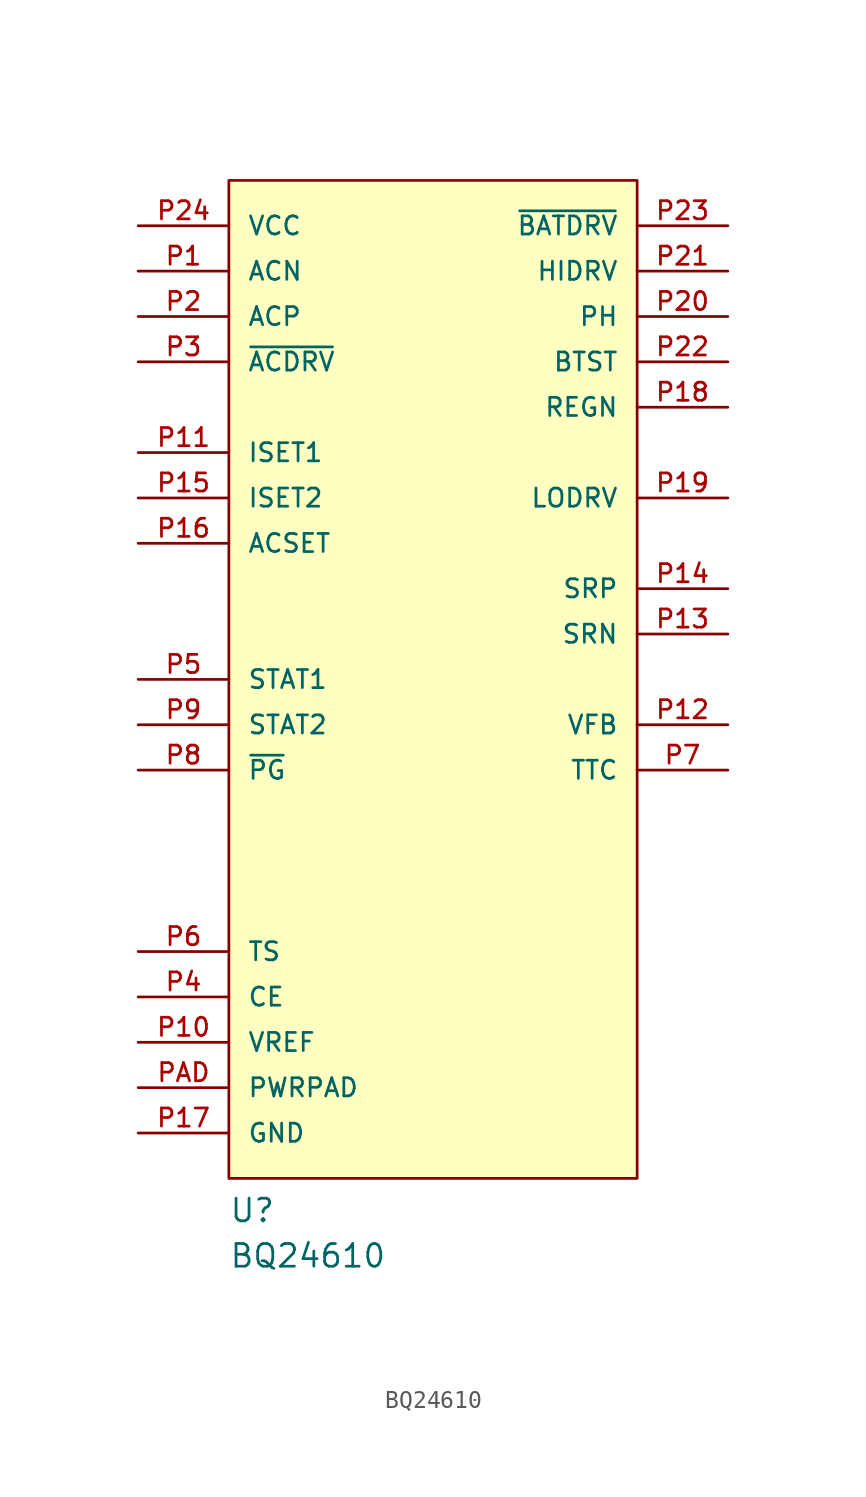
<source format=kicad_sym>
(kicad_symbol_lib
  (version 20211014)
  (generator kicad_symbol_editor)
  (symbol "BQ24610"
    (pin_names
      (offset 1.016))
    (property "Reference" "U"
      (at -12.7 -30.48 0)
      (effects (font (size 1.27 1.27)) (justify bottom left)))
    (property "Value" "BQ24610"
      (at -12.7 -33.02 0)
      (effects (font (size 1.27 1.27)) (justify bottom left)))
    (symbol "BQ24610_0_0"
      (rectangle (start -12.7 -27.94) (end 10.16 27.94) (stroke (width 0.0)) (fill (type background)))
      (pin bidirectional line (at -17.78 -22.86 0) (length 5.08) (name "PWRPAD" (effects (font (size 1.016 1.016)))) (number "PAD" (effects (font (size 1.016 1.016)))))
      (pin bidirectional line (at -17.78 -20.32 0) (length 5.08) (name "VREF" (effects (font (size 1.016 1.016)))) (number "P10" (effects (font (size 1.016 1.016)))))
      (pin bidirectional line (at -17.78 -17.78 0) (length 5.08) (name "CE" (effects (font (size 1.016 1.016)))) (number "P4" (effects (font (size 1.016 1.016)))))
      (pin bidirectional line (at -17.78 -15.24 0) (length 5.08) (name "TS" (effects (font (size 1.016 1.016)))) (number "P6" (effects (font (size 1.016 1.016)))))
      (pin bidirectional line (at -17.78 -5.08 0) (length 5.08) (name "~{PG}" (effects (font (size 1.016 1.016)))) (number "P8" (effects (font (size 1.016 1.016)))))
      (pin bidirectional line (at -17.78 0.0 0) (length 5.08) (name "STAT1" (effects (font (size 1.016 1.016)))) (number "P5" (effects (font (size 1.016 1.016)))))
      (pin bidirectional line (at -17.78 -2.54 0) (length 5.08) (name "STAT2" (effects (font (size 1.016 1.016)))) (number "P9" (effects (font (size 1.016 1.016)))))
      (pin bidirectional line (at -17.78 7.62 0) (length 5.08) (name "ACSET" (effects (font (size 1.016 1.016)))) (number "P16" (effects (font (size 1.016 1.016)))))
      (pin bidirectional line (at -17.78 10.16 0) (length 5.08) (name "ISET2" (effects (font (size 1.016 1.016)))) (number "P15" (effects (font (size 1.016 1.016)))))
      (pin bidirectional line (at -17.78 12.7 0) (length 5.08) (name "ISET1" (effects (font (size 1.016 1.016)))) (number "P11" (effects (font (size 1.016 1.016)))))
      (pin bidirectional line (at -17.78 17.78 0) (length 5.08) (name "~{ACDRV}" (effects (font (size 1.016 1.016)))) (number "P3" (effects (font (size 1.016 1.016)))))
      (pin bidirectional line (at -17.78 20.32 0) (length 5.08) (name "ACP" (effects (font (size 1.016 1.016)))) (number "P2" (effects (font (size 1.016 1.016)))))
      (pin bidirectional line (at -17.78 22.86 0) (length 5.08) (name "ACN" (effects (font (size 1.016 1.016)))) (number "P1" (effects (font (size 1.016 1.016)))))
      (pin bidirectional line (at -17.78 25.4 0) (length 5.08) (name "VCC" (effects (font (size 1.016 1.016)))) (number "P24" (effects (font (size 1.016 1.016)))))
      (pin bidirectional line (at 15.24 25.4 180.0) (length 5.08) (name "~{BATDRV}" (effects (font (size 1.016 1.016)))) (number "P23" (effects (font (size 1.016 1.016)))))
      (pin bidirectional line (at 15.24 22.86 180.0) (length 5.08) (name "HIDRV" (effects (font (size 1.016 1.016)))) (number "P21" (effects (font (size 1.016 1.016)))))
      (pin bidirectional line (at 15.24 20.32 180.0) (length 5.08) (name "PH" (effects (font (size 1.016 1.016)))) (number "P20" (effects (font (size 1.016 1.016)))))
      (pin bidirectional line (at 15.24 17.78 180.0) (length 5.08) (name "BTST" (effects (font (size 1.016 1.016)))) (number "P22" (effects (font (size 1.016 1.016)))))
      (pin bidirectional line (at 15.24 15.24 180.0) (length 5.08) (name "REGN" (effects (font (size 1.016 1.016)))) (number "P18" (effects (font (size 1.016 1.016)))))
      (pin bidirectional line (at 15.24 10.16 180.0) (length 5.08) (name "LODRV" (effects (font (size 1.016 1.016)))) (number "P19" (effects (font (size 1.016 1.016)))))
      (pin bidirectional line (at 15.24 5.08 180.0) (length 5.08) (name "SRP" (effects (font (size 1.016 1.016)))) (number "P14" (effects (font (size 1.016 1.016)))))
      (pin bidirectional line (at 15.24 2.54 180.0) (length 5.08) (name "SRN" (effects (font (size 1.016 1.016)))) (number "P13" (effects (font (size 1.016 1.016)))))
      (pin bidirectional line (at 15.24 -2.54 180.0) (length 5.08) (name "VFB" (effects (font (size 1.016 1.016)))) (number "P12" (effects (font (size 1.016 1.016)))))
      (pin bidirectional line (at 15.24 -5.08 180.0) (length 5.08) (name "TTC" (effects (font (size 1.016 1.016)))) (number "P7" (effects (font (size 1.016 1.016)))))
      (pin bidirectional line (at -17.78 -25.4 0) (length 5.08) (name "GND" (effects (font (size 1.016 1.016)))) (number "P17" (effects (font (size 1.016 1.016))))))))
</source>
